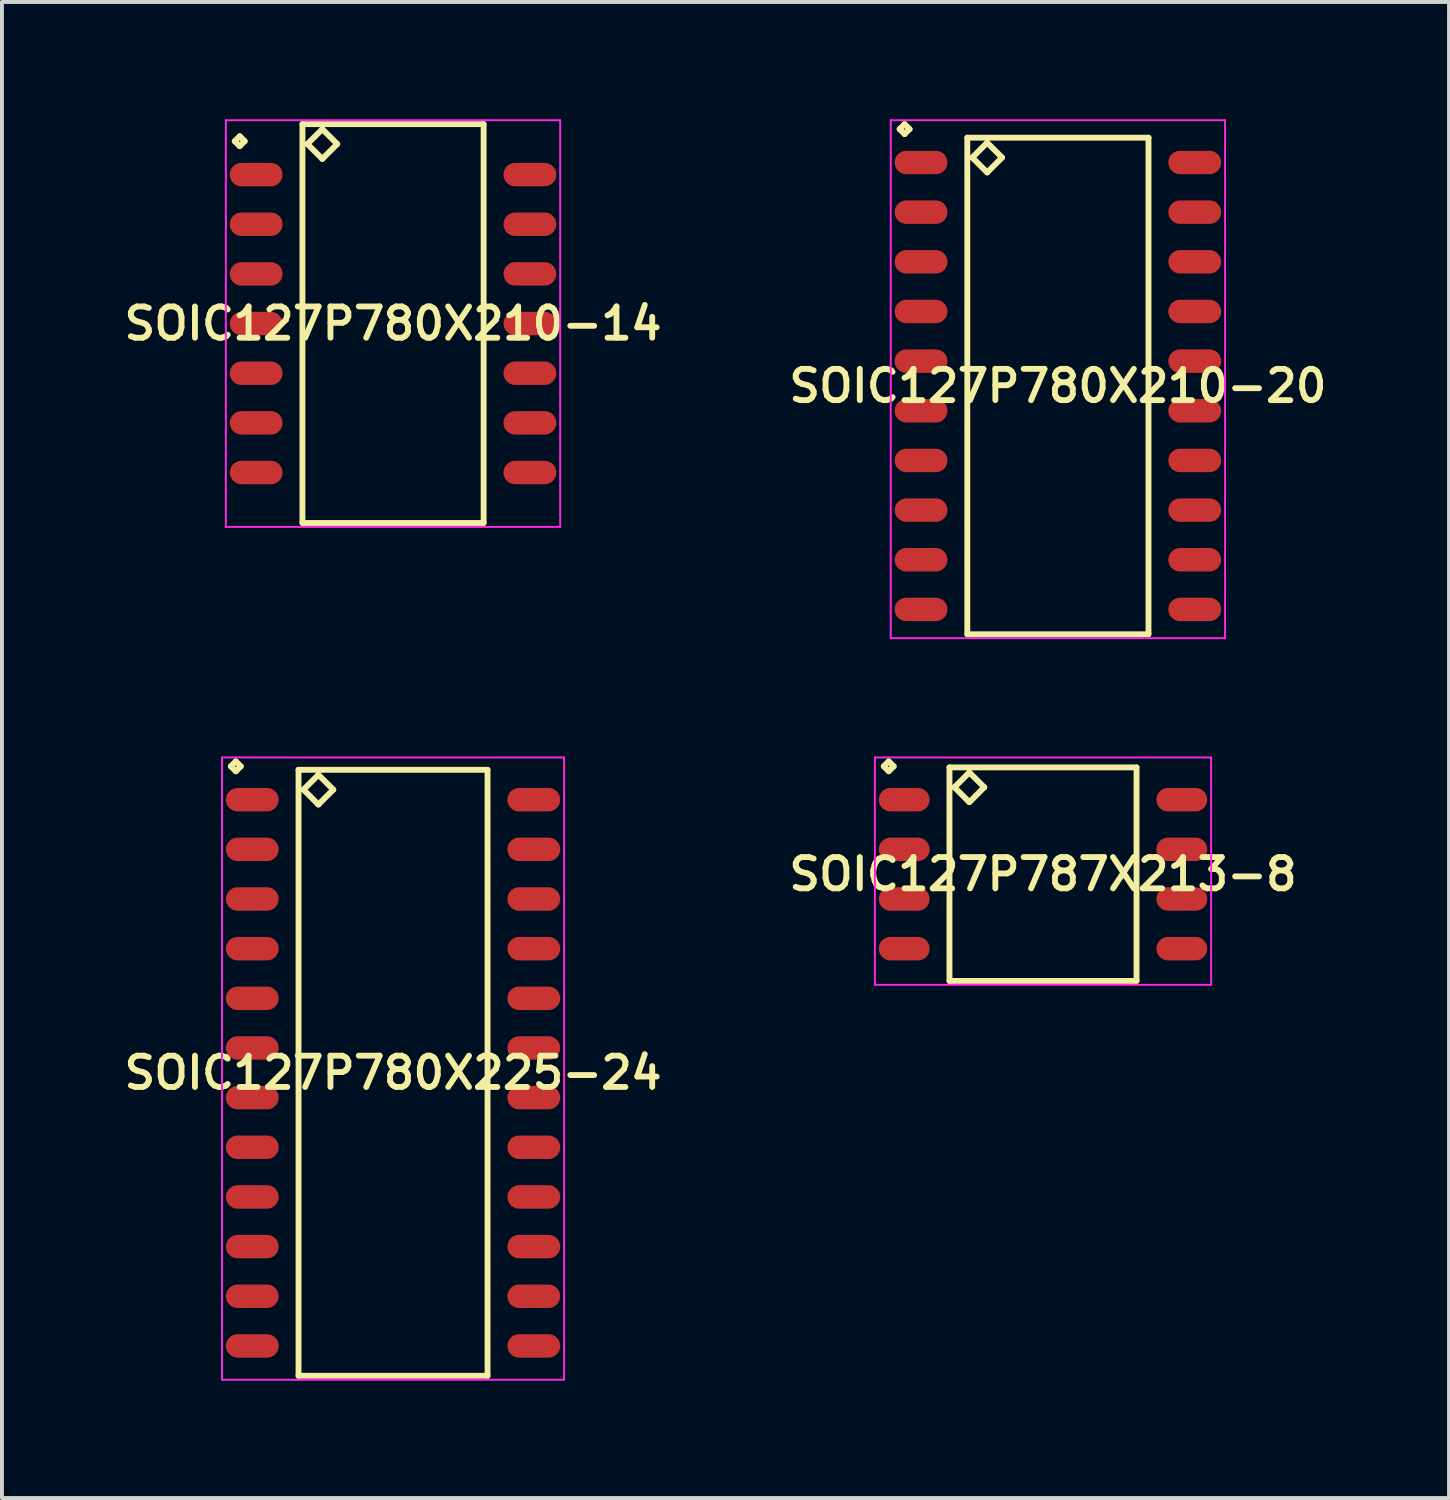
<source format=kicad_pcb>
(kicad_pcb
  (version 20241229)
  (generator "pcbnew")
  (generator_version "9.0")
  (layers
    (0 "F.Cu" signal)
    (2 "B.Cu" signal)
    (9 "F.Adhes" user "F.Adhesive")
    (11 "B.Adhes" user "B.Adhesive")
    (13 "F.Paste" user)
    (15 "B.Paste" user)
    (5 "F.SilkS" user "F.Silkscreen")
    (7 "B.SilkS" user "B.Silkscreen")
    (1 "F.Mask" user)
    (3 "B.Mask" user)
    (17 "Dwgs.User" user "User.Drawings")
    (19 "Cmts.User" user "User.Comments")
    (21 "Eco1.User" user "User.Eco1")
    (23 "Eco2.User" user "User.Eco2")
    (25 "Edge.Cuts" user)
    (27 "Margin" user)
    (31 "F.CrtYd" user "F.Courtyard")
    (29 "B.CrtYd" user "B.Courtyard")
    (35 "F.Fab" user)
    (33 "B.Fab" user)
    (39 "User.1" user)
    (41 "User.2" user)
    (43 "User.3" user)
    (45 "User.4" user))
  (footprint "SOIC127P780X210-20"
    (layer "F.Cu")
    (at 24.006 6.821)
    (property "Reference" "SOIC127P780X210-20" (at 0 0 0) (layer "F.SilkS") (effects (font (size 0.8 0.8) (thickness 0.15))))
    (attr smd)
    (fp_line (start -4.048 -6.569) (end -3.921 -6.696) (stroke (width 0.15) (type solid)) (layer "F.SilkS"))
    (fp_line (start -3.921 -6.696) (end -3.794 -6.569) (stroke (width 0.15) (type solid)) (layer "F.SilkS"))
    (fp_line (start -3.921 -6.442) (end -4.048 -6.569) (stroke (width 0.15) (type solid)) (layer "F.SilkS"))
    (fp_line (start -3.794 -6.569) (end -3.921 -6.442) (stroke (width 0.15) (type solid)) (layer "F.SilkS"))
    (fp_line (start -2.317 -6.35) (end -2.317 6.35) (stroke (width 0.15) (type solid)) (layer "F.SilkS"))
    (fp_line (start -2.317 6.35) (end 2.317 6.35) (stroke (width 0.15) (type solid)) (layer "F.SilkS"))
    (fp_line (start -2.19 -5.842) (end -1.809 -6.223) (stroke (width 0.15) (type solid)) (layer "F.SilkS"))
    (fp_line (start -1.809 -6.223) (end -1.428 -5.842) (stroke (width 0.15) (type solid)) (layer "F.SilkS"))
    (fp_line (start -1.809 -5.461) (end -2.19 -5.842) (stroke (width 0.15) (type solid)) (layer "F.SilkS"))
    (fp_line (start -1.428 -5.842) (end -1.809 -5.461) (stroke (width 0.15) (type solid)) (layer "F.SilkS"))
    (fp_line (start 2.317 -6.35) (end -2.317 -6.35) (stroke (width 0.15) (type solid)) (layer "F.SilkS"))
    (fp_line (start 2.317 6.35) (end 2.317 -6.35) (stroke (width 0.15) (type solid)) (layer "F.SilkS"))
    (fp_line (start -4.275 -6.796) (end 4.275 -6.796) (stroke (width 0.05) (type solid)) (layer "F.CrtYd"))
    (fp_line (start -4.275 6.45) (end -4.275 -6.796) (stroke (width 0.05) (type solid)) (layer "F.CrtYd"))
    (fp_line (start 4.275 -6.796) (end 4.275 6.45) (stroke (width 0.05) (type solid)) (layer "F.CrtYd"))
    (fp_line (start 4.275 6.45) (end -4.275 6.45) (stroke (width 0.05) (type solid)) (layer "F.CrtYd"))
    (pad "1" smd oval (at -3.5 -5.715) (size 1.35 0.6) (layers "F.Cu" "F.Mask" "F.Paste"))
    (pad "2" smd oval (at -3.5 -4.445) (size 1.35 0.6) (layers "F.Cu" "F.Mask" "F.Paste"))
    (pad "3" smd oval (at -3.5 -3.175) (size 1.35 0.6) (layers "F.Cu" "F.Mask" "F.Paste"))
    (pad "4" smd oval (at -3.5 -1.905) (size 1.35 0.6) (layers "F.Cu" "F.Mask" "F.Paste"))
    (pad "5" smd oval (at -3.5 -0.635) (size 1.35 0.6) (layers "F.Cu" "F.Mask" "F.Paste"))
    (pad "6" smd oval (at -3.5 0.635) (size 1.35 0.6) (layers "F.Cu" "F.Mask" "F.Paste"))
    (pad "7" smd oval (at -3.5 1.905) (size 1.35 0.6) (layers "F.Cu" "F.Mask" "F.Paste"))
    (pad "8" smd oval (at -3.5 3.175) (size 1.35 0.6) (layers "F.Cu" "F.Mask" "F.Paste"))
    (pad "9" smd oval (at -3.5 4.445) (size 1.35 0.6) (layers "F.Cu" "F.Mask" "F.Paste"))
    (pad "10" smd oval (at -3.5 5.715) (size 1.35 0.6) (layers "F.Cu" "F.Mask" "F.Paste"))
    (pad "11" smd oval (at 3.5 5.715) (size 1.35 0.6) (layers "F.Cu" "F.Mask" "F.Paste"))
    (pad "12" smd oval (at 3.5 4.445) (size 1.35 0.6) (layers "F.Cu" "F.Mask" "F.Paste"))
    (pad "13" smd oval (at 3.5 3.175) (size 1.35 0.6) (layers "F.Cu" "F.Mask" "F.Paste"))
    (pad "14" smd oval (at 3.5 1.905) (size 1.35 0.6) (layers "F.Cu" "F.Mask" "F.Paste"))
    (pad "15" smd oval (at 3.5 0.635) (size 1.35 0.6) (layers "F.Cu" "F.Mask" "F.Paste"))
    (pad "16" smd oval (at 3.5 -0.635) (size 1.35 0.6) (layers "F.Cu" "F.Mask" "F.Paste"))
    (pad "17" smd oval (at 3.5 -1.905) (size 1.35 0.6) (layers "F.Cu" "F.Mask" "F.Paste"))
    (pad "18" smd oval (at 3.5 -3.175) (size 1.35 0.6) (layers "F.Cu" "F.Mask" "F.Paste"))
    (pad "19" smd oval (at 3.5 -4.445) (size 1.35 0.6) (layers "F.Cu" "F.Mask" "F.Paste"))
    (pad "20" smd oval (at 3.5 -5.715) (size 1.35 0.6) (layers "F.Cu" "F.Mask" "F.Paste")))
  (footprint "SOIC127P780X225-24"
    (layer "F.Cu")
    (at 7.002 24.387)
    (property "Reference" "SOIC127P780X225-24" (at 0 0 0) (layer "F.SilkS") (effects (font (size 0.8 0.8) (thickness 0.15))))
    (attr smd)
    (fp_line (start -4.148 -7.839) (end -4.021 -7.966) (stroke (width 0.15) (type solid)) (layer "F.SilkS"))
    (fp_line (start -4.021 -7.966) (end -3.894 -7.839) (stroke (width 0.15) (type solid)) (layer "F.SilkS"))
    (fp_line (start -4.021 -7.712) (end -4.148 -7.839) (stroke (width 0.15) (type solid)) (layer "F.SilkS"))
    (fp_line (start -3.894 -7.839) (end -4.021 -7.712) (stroke (width 0.15) (type solid)) (layer "F.SilkS"))
    (fp_line (start -2.417 -7.75) (end -2.417 7.75) (stroke (width 0.15) (type solid)) (layer "F.SilkS"))
    (fp_line (start -2.417 7.75) (end 2.417 7.75) (stroke (width 0.15) (type solid)) (layer "F.SilkS"))
    (fp_line (start -2.29 -7.242) (end -1.909 -7.623) (stroke (width 0.15) (type solid)) (layer "F.SilkS"))
    (fp_line (start -1.909 -7.623) (end -1.528 -7.242) (stroke (width 0.15) (type solid)) (layer "F.SilkS"))
    (fp_line (start -1.909 -6.861) (end -2.29 -7.242) (stroke (width 0.15) (type solid)) (layer "F.SilkS"))
    (fp_line (start -1.528 -7.242) (end -1.909 -6.861) (stroke (width 0.15) (type solid)) (layer "F.SilkS"))
    (fp_line (start 2.417 -7.75) (end -2.417 -7.75) (stroke (width 0.15) (type solid)) (layer "F.SilkS"))
    (fp_line (start 2.417 7.75) (end 2.417 -7.75) (stroke (width 0.15) (type solid)) (layer "F.SilkS"))
    (fp_line (start -4.375 -8.066) (end 4.375 -8.066) (stroke (width 0.05) (type solid)) (layer "F.CrtYd"))
    (fp_line (start -4.375 7.85) (end -4.375 -8.066) (stroke (width 0.05) (type solid)) (layer "F.CrtYd"))
    (fp_line (start 4.375 -8.066) (end 4.375 7.85) (stroke (width 0.05) (type solid)) (layer "F.CrtYd"))
    (fp_line (start 4.375 7.85) (end -4.375 7.85) (stroke (width 0.05) (type solid)) (layer "F.CrtYd"))
    (pad "1" smd oval (at -3.6 -6.985) (size 1.35 0.6) (layers "F.Cu" "F.Mask" "F.Paste"))
    (pad "2" smd oval (at -3.6 -5.715) (size 1.35 0.6) (layers "F.Cu" "F.Mask" "F.Paste"))
    (pad "3" smd oval (at -3.6 -4.445) (size 1.35 0.6) (layers "F.Cu" "F.Mask" "F.Paste"))
    (pad "4" smd oval (at -3.6 -3.175) (size 1.35 0.6) (layers "F.Cu" "F.Mask" "F.Paste"))
    (pad "5" smd oval (at -3.6 -1.905) (size 1.35 0.6) (layers "F.Cu" "F.Mask" "F.Paste"))
    (pad "6" smd oval (at -3.6 -0.635) (size 1.35 0.6) (layers "F.Cu" "F.Mask" "F.Paste"))
    (pad "7" smd oval (at -3.6 0.635) (size 1.35 0.6) (layers "F.Cu" "F.Mask" "F.Paste"))
    (pad "8" smd oval (at -3.6 1.905) (size 1.35 0.6) (layers "F.Cu" "F.Mask" "F.Paste"))
    (pad "9" smd oval (at -3.6 3.175) (size 1.35 0.6) (layers "F.Cu" "F.Mask" "F.Paste"))
    (pad "10" smd oval (at -3.6 4.445) (size 1.35 0.6) (layers "F.Cu" "F.Mask" "F.Paste"))
    (pad "11" smd oval (at -3.6 5.715) (size 1.35 0.6) (layers "F.Cu" "F.Mask" "F.Paste"))
    (pad "12" smd oval (at -3.6 6.985) (size 1.35 0.6) (layers "F.Cu" "F.Mask" "F.Paste"))
    (pad "13" smd oval (at 3.6 6.985) (size 1.35 0.6) (layers "F.Cu" "F.Mask" "F.Paste"))
    (pad "14" smd oval (at 3.6 5.715) (size 1.35 0.6) (layers "F.Cu" "F.Mask" "F.Paste"))
    (pad "15" smd oval (at 3.6 4.445) (size 1.35 0.6) (layers "F.Cu" "F.Mask" "F.Paste"))
    (pad "16" smd oval (at 3.6 3.175) (size 1.35 0.6) (layers "F.Cu" "F.Mask" "F.Paste"))
    (pad "17" smd oval (at 3.6 1.905) (size 1.35 0.6) (layers "F.Cu" "F.Mask" "F.Paste"))
    (pad "18" smd oval (at 3.6 0.635) (size 1.35 0.6) (layers "F.Cu" "F.Mask" "F.Paste"))
    (pad "19" smd oval (at 3.6 -0.635) (size 1.35 0.6) (layers "F.Cu" "F.Mask" "F.Paste"))
    (pad "20" smd oval (at 3.6 -1.905) (size 1.35 0.6) (layers "F.Cu" "F.Mask" "F.Paste"))
    (pad "21" smd oval (at 3.6 -3.175) (size 1.35 0.6) (layers "F.Cu" "F.Mask" "F.Paste"))
    (pad "22" smd oval (at 3.6 -4.445) (size 1.35 0.6) (layers "F.Cu" "F.Mask" "F.Paste"))
    (pad "23" smd oval (at 3.6 -5.715) (size 1.35 0.6) (layers "F.Cu" "F.Mask" "F.Paste"))
    (pad "24" smd oval (at 3.6 -6.985) (size 1.35 0.6) (layers "F.Cu" "F.Mask" "F.Paste")))
  (footprint "SOIC127P787X213-8"
    (layer "F.Cu")
    (at 23.625 19.307)
    (property "Reference" "SOIC127P787X213-8" (at 0 0 0) (layer "F.SilkS") (effects (font (size 0.8 0.8) (thickness 0.15))))
    (attr smd)
    (fp_line (start -4.073 -2.759) (end -3.946 -2.886) (stroke (width 0.15) (type solid)) (layer "F.SilkS"))
    (fp_line (start -3.946 -2.886) (end -3.819 -2.759) (stroke (width 0.15) (type solid)) (layer "F.SilkS"))
    (fp_line (start -3.946 -2.632) (end -4.073 -2.759) (stroke (width 0.15) (type solid)) (layer "F.SilkS"))
    (fp_line (start -3.819 -2.759) (end -3.946 -2.632) (stroke (width 0.15) (type solid)) (layer "F.SilkS"))
    (fp_line (start -2.392 -2.73) (end -2.392 2.73) (stroke (width 0.15) (type solid)) (layer "F.SilkS"))
    (fp_line (start -2.392 2.73) (end 2.392 2.73) (stroke (width 0.15) (type solid)) (layer "F.SilkS"))
    (fp_line (start -2.265 -2.222) (end -1.884 -2.603) (stroke (width 0.15) (type solid)) (layer "F.SilkS"))
    (fp_line (start -1.884 -2.603) (end -1.503 -2.222) (stroke (width 0.15) (type solid)) (layer "F.SilkS"))
    (fp_line (start -1.884 -1.841) (end -2.265 -2.222) (stroke (width 0.15) (type solid)) (layer "F.SilkS"))
    (fp_line (start -1.503 -2.222) (end -1.884 -1.841) (stroke (width 0.15) (type solid)) (layer "F.SilkS"))
    (fp_line (start 2.392 -2.73) (end -2.392 -2.73) (stroke (width 0.15) (type solid)) (layer "F.SilkS"))
    (fp_line (start 2.392 2.73) (end 2.392 -2.73) (stroke (width 0.15) (type solid)) (layer "F.SilkS"))
    (fp_line (start -4.3 -2.986) (end 4.3 -2.986) (stroke (width 0.05) (type solid)) (layer "F.CrtYd"))
    (fp_line (start -4.3 2.83) (end -4.3 -2.986) (stroke (width 0.05) (type solid)) (layer "F.CrtYd"))
    (fp_line (start 4.3 -2.986) (end 4.3 2.83) (stroke (width 0.05) (type solid)) (layer "F.CrtYd"))
    (fp_line (start 4.3 2.83) (end -4.3 2.83) (stroke (width 0.05) (type solid)) (layer "F.CrtYd"))
    (pad "1" smd oval (at -3.55 -1.905) (size 1.3 0.6) (layers "F.Cu" "F.Mask" "F.Paste"))
    (pad "2" smd oval (at -3.55 -0.635) (size 1.3 0.6) (layers "F.Cu" "F.Mask" "F.Paste"))
    (pad "3" smd oval (at -3.55 0.635) (size 1.3 0.6) (layers "F.Cu" "F.Mask" "F.Paste"))
    (pad "4" smd oval (at -3.55 1.905) (size 1.3 0.6) (layers "F.Cu" "F.Mask" "F.Paste"))
    (pad "5" smd oval (at 3.55 1.905) (size 1.3 0.6) (layers "F.Cu" "F.Mask" "F.Paste"))
    (pad "6" smd oval (at 3.55 0.635) (size 1.3 0.6) (layers "F.Cu" "F.Mask" "F.Paste"))
    (pad "7" smd oval (at 3.55 -0.635) (size 1.3 0.6) (layers "F.Cu" "F.Mask" "F.Paste"))
    (pad "8" smd oval (at 3.55 -1.905) (size 1.3 0.6) (layers "F.Cu" "F.Mask" "F.Paste")))
  (footprint "SOIC127P780X210-14"
    (layer "F.Cu")
    (at 7.002 5.225)
    (property "Reference" "SOIC127P780X210-14" (at 0 0 0) (layer "F.SilkS") (effects (font (size 0.8 0.8) (thickness 0.15))))
    (attr smd)
    (fp_line (start -4.048 -4.664) (end -3.921 -4.791) (stroke (width 0.15) (type solid)) (layer "F.SilkS"))
    (fp_line (start -3.921 -4.791) (end -3.794 -4.664) (stroke (width 0.15) (type solid)) (layer "F.SilkS"))
    (fp_line (start -3.921 -4.537) (end -4.048 -4.664) (stroke (width 0.15) (type solid)) (layer "F.SilkS"))
    (fp_line (start -3.794 -4.664) (end -3.921 -4.537) (stroke (width 0.15) (type solid)) (layer "F.SilkS"))
    (fp_line (start -2.317 -5.1) (end -2.317 5.1) (stroke (width 0.15) (type solid)) (layer "F.SilkS"))
    (fp_line (start -2.317 5.1) (end 2.317 5.1) (stroke (width 0.15) (type solid)) (layer "F.SilkS"))
    (fp_line (start -2.19 -4.592) (end -1.809 -4.973) (stroke (width 0.15) (type solid)) (layer "F.SilkS"))
    (fp_line (start -1.809 -4.973) (end -1.428 -4.592) (stroke (width 0.15) (type solid)) (layer "F.SilkS"))
    (fp_line (start -1.809 -4.211) (end -2.19 -4.592) (stroke (width 0.15) (type solid)) (layer "F.SilkS"))
    (fp_line (start -1.428 -4.592) (end -1.809 -4.211) (stroke (width 0.15) (type solid)) (layer "F.SilkS"))
    (fp_line (start 2.317 -5.1) (end -2.317 -5.1) (stroke (width 0.15) (type solid)) (layer "F.SilkS"))
    (fp_line (start 2.317 5.1) (end 2.317 -5.1) (stroke (width 0.15) (type solid)) (layer "F.SilkS"))
    (fp_line (start -4.275 -5.2) (end 4.275 -5.2) (stroke (width 0.05) (type solid)) (layer "F.CrtYd"))
    (fp_line (start -4.275 5.2) (end -4.275 -5.2) (stroke (width 0.05) (type solid)) (layer "F.CrtYd"))
    (fp_line (start 4.275 -5.2) (end 4.275 5.2) (stroke (width 0.05) (type solid)) (layer "F.CrtYd"))
    (fp_line (start 4.275 5.2) (end -4.275 5.2) (stroke (width 0.05) (type solid)) (layer "F.CrtYd"))
    (pad "1" smd oval (at -3.5 -3.81) (size 1.35 0.6) (layers "F.Cu" "F.Mask" "F.Paste"))
    (pad "2" smd oval (at -3.5 -2.54) (size 1.35 0.6) (layers "F.Cu" "F.Mask" "F.Paste"))
    (pad "3" smd oval (at -3.5 -1.27) (size 1.35 0.6) (layers "F.Cu" "F.Mask" "F.Paste"))
    (pad "4" smd oval (at -3.5 0) (size 1.35 0.6) (layers "F.Cu" "F.Mask" "F.Paste"))
    (pad "5" smd oval (at -3.5 1.27) (size 1.35 0.6) (layers "F.Cu" "F.Mask" "F.Paste"))
    (pad "6" smd oval (at -3.5 2.54) (size 1.35 0.6) (layers "F.Cu" "F.Mask" "F.Paste"))
    (pad "7" smd oval (at -3.5 3.81) (size 1.35 0.6) (layers "F.Cu" "F.Mask" "F.Paste"))
    (pad "8" smd oval (at 3.5 3.81) (size 1.35 0.6) (layers "F.Cu" "F.Mask" "F.Paste"))
    (pad "9" smd oval (at 3.5 2.54) (size 1.35 0.6) (layers "F.Cu" "F.Mask" "F.Paste"))
    (pad "10" smd oval (at 3.5 1.27) (size 1.35 0.6) (layers "F.Cu" "F.Mask" "F.Paste"))
    (pad "11" smd oval (at 3.5 0) (size 1.35 0.6) (layers "F.Cu" "F.Mask" "F.Paste"))
    (pad "12" smd oval (at 3.5 -1.27) (size 1.35 0.6) (layers "F.Cu" "F.Mask" "F.Paste"))
    (pad "13" smd oval (at 3.5 -2.54) (size 1.35 0.6) (layers "F.Cu" "F.Mask" "F.Paste"))
    (pad "14" smd oval (at 3.5 -3.81) (size 1.35 0.6) (layers "F.Cu" "F.Mask" "F.Paste")))
  (gr_rect
    (start -3 -3)
    (end 34.009 35.262)
    (stroke (width 0.1) (type default))
    (fill no)
    (layer "Edge.Cuts")))
</source>
